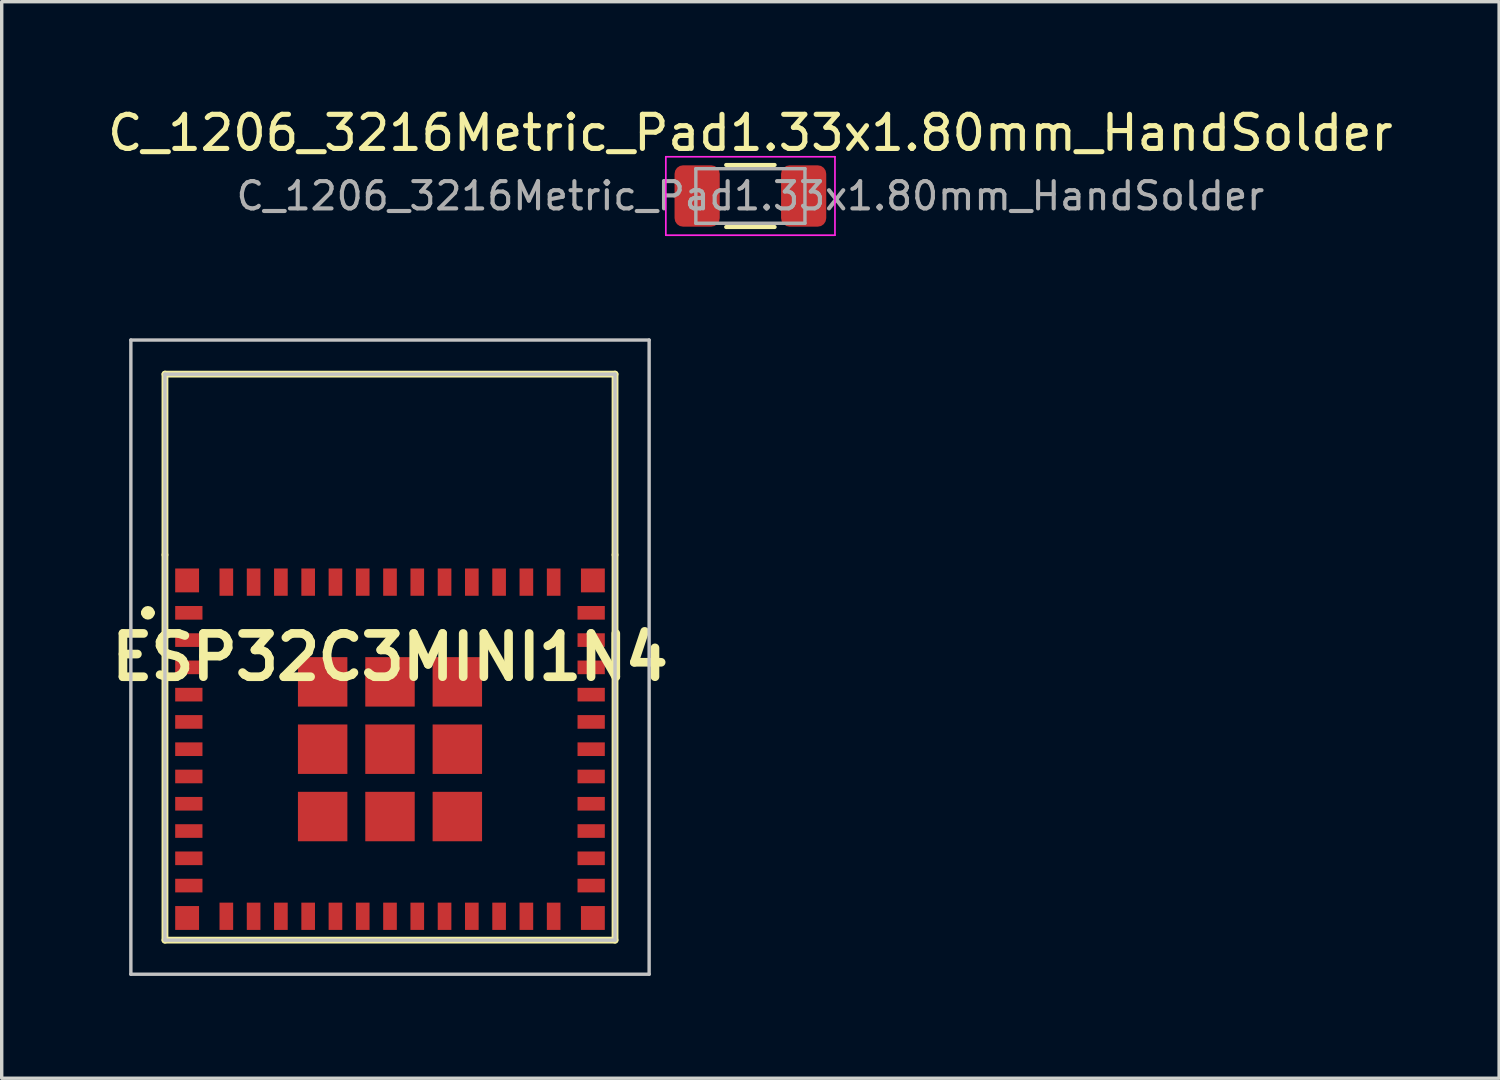
<source format=kicad_pcb>
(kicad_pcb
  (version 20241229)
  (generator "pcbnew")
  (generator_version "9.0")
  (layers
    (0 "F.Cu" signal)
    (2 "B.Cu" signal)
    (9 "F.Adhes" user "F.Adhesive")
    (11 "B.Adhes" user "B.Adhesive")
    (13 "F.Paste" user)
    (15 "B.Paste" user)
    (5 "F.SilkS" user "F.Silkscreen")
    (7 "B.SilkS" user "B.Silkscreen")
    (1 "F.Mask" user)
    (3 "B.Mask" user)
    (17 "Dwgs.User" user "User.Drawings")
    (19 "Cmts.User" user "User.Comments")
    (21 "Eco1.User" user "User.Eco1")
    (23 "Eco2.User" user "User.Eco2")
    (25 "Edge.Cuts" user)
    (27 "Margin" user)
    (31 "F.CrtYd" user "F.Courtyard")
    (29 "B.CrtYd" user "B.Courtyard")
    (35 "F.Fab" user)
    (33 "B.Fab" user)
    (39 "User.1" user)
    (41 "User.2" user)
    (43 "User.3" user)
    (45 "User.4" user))
  (footprint "ESP32C3MINI1N4"
    (layer "F.Cu")
    (at 8.388 18.923)
    (property "Reference" "ESP32C3MINI1N4" (at 0 -2.7 0) (layer "F.SilkS") (effects (font (size 1.27 1.27) (thickness 0.254))))
    (attr smd)
    (fp_line (start -7.2 -4) (end -7.2 -4) (stroke (width 0.2) (type solid)) (layer "F.SilkS"))
    (fp_line (start -7 -4) (end -7 -4) (stroke (width 0.2) (type solid)) (layer "F.SilkS"))
    (fp_line (start -6.6 -11) (end 6.6 -11) (stroke (width 0.2) (type solid)) (layer "F.SilkS"))
    (fp_line (start -6.6 -5.7) (end -6.6 -11) (stroke (width 0.2) (type solid)) (layer "F.SilkS"))
    (fp_line (start -6.6 -5.7) (end -6.6 5.6) (stroke (width 0.2) (type solid)) (layer "F.SilkS"))
    (fp_line (start -6.6 5.6) (end 6.6 5.6) (stroke (width 0.2) (type solid)) (layer "F.SilkS"))
    (fp_line (start 6.6 -11) (end 6.6 -5.7) (stroke (width 0.2) (type solid)) (layer "F.SilkS"))
    (fp_line (start 6.6 5.6) (end 6.6 -5.7) (stroke (width 0.2) (type solid)) (layer "F.SilkS"))
    (fp_arc (start -7.2 -4) (mid -7.1 -4.1) (end -7 -4) (stroke (width 0.2) (type solid)) (layer "F.SilkS"))
    (fp_arc (start -7 -4) (mid -7.1 -3.9) (end -7.2 -4) (stroke (width 0.2) (type solid)) (layer "F.SilkS"))
    (fp_line (start -7.6 -12) (end 7.6 -12) (stroke (width 0.1) (type solid)) (layer "Dwgs.User"))
    (fp_line (start -7.6 6.6) (end -7.6 -12) (stroke (width 0.1) (type solid)) (layer "Dwgs.User"))
    (fp_line (start -6.6 -11) (end 6.6 -11) (stroke (width 0.1) (type solid)) (layer "Dwgs.User"))
    (fp_line (start -6.6 5.6) (end -6.6 -11) (stroke (width 0.1) (type solid)) (layer "Dwgs.User"))
    (fp_line (start 6.6 -11) (end 6.6 5.6) (stroke (width 0.1) (type solid)) (layer "Dwgs.User"))
    (fp_line (start 6.6 5.6) (end -6.6 5.6) (stroke (width 0.1) (type solid)) (layer "Dwgs.User"))
    (fp_line (start 7.6 -12) (end 7.6 6.6) (stroke (width 0.1) (type solid)) (layer "Dwgs.User"))
    (fp_line (start 7.6 6.6) (end -7.6 6.6) (stroke (width 0.1) (type solid)) (layer "Dwgs.User"))
    (pad "1" smd rect (at -5.9 -4 90) (size 0.4 0.8) (layers "F.Cu" "F.Mask" "F.Paste"))
    (pad "2" smd rect (at -5.9 -3.2 90) (size 0.4 0.8) (layers "F.Cu" "F.Mask" "F.Paste"))
    (pad "3" smd rect (at -5.9 -2.4 90) (size 0.4 0.8) (layers "F.Cu" "F.Mask" "F.Paste"))
    (pad "4" smd rect (at -5.9 -1.6 90) (size 0.4 0.8) (layers "F.Cu" "F.Mask" "F.Paste"))
    (pad "5" smd rect (at -5.9 -0.8 90) (size 0.4 0.8) (layers "F.Cu" "F.Mask" "F.Paste"))
    (pad "6" smd rect (at -5.9 0 90) (size 0.4 0.8) (layers "F.Cu" "F.Mask" "F.Paste"))
    (pad "7" smd rect (at -5.9 0.8 90) (size 0.4 0.8) (layers "F.Cu" "F.Mask" "F.Paste"))
    (pad "8" smd rect (at -5.9 1.6 90) (size 0.4 0.8) (layers "F.Cu" "F.Mask" "F.Paste"))
    (pad "9" smd rect (at -5.9 2.4 90) (size 0.4 0.8) (layers "F.Cu" "F.Mask" "F.Paste"))
    (pad "10" smd rect (at -5.9 3.2 90) (size 0.4 0.8) (layers "F.Cu" "F.Mask" "F.Paste"))
    (pad "11" smd rect (at -5.9 4 90) (size 0.4 0.8) (layers "F.Cu" "F.Mask" "F.Paste"))
    (pad "12" smd rect (at -4.8 4.9) (size 0.4 0.8) (layers "F.Cu" "F.Mask" "F.Paste"))
    (pad "13" smd rect (at -4 4.9) (size 0.4 0.8) (layers "F.Cu" "F.Mask" "F.Paste"))
    (pad "14" smd rect (at -3.2 4.9) (size 0.4 0.8) (layers "F.Cu" "F.Mask" "F.Paste"))
    (pad "15" smd rect (at -2.4 4.9) (size 0.4 0.8) (layers "F.Cu" "F.Mask" "F.Paste"))
    (pad "16" smd rect (at -1.6 4.9) (size 0.4 0.8) (layers "F.Cu" "F.Mask" "F.Paste"))
    (pad "17" smd rect (at -0.8 4.9) (size 0.4 0.8) (layers "F.Cu" "F.Mask" "F.Paste"))
    (pad "18" smd rect (at 0 4.9) (size 0.4 0.8) (layers "F.Cu" "F.Mask" "F.Paste"))
    (pad "19" smd rect (at 0.8 4.9) (size 0.4 0.8) (layers "F.Cu" "F.Mask" "F.Paste"))
    (pad "20" smd rect (at 1.6 4.9) (size 0.4 0.8) (layers "F.Cu" "F.Mask" "F.Paste"))
    (pad "21" smd rect (at 2.4 4.9) (size 0.4 0.8) (layers "F.Cu" "F.Mask" "F.Paste"))
    (pad "22" smd rect (at 3.2 4.9) (size 0.4 0.8) (layers "F.Cu" "F.Mask" "F.Paste"))
    (pad "23" smd rect (at 4 4.9) (size 0.4 0.8) (layers "F.Cu" "F.Mask" "F.Paste"))
    (pad "24" smd rect (at 4.8 4.9) (size 0.4 0.8) (layers "F.Cu" "F.Mask" "F.Paste"))
    (pad "25" smd rect (at 5.9 4 90) (size 0.4 0.8) (layers "F.Cu" "F.Mask" "F.Paste"))
    (pad "26" smd rect (at 5.9 3.2 90) (size 0.4 0.8) (layers "F.Cu" "F.Mask" "F.Paste"))
    (pad "27" smd rect (at 5.9 2.4 90) (size 0.4 0.8) (layers "F.Cu" "F.Mask" "F.Paste"))
    (pad "28" smd rect (at 5.9 1.6 90) (size 0.4 0.8) (layers "F.Cu" "F.Mask" "F.Paste"))
    (pad "29" smd rect (at 5.9 0.8 90) (size 0.4 0.8) (layers "F.Cu" "F.Mask" "F.Paste"))
    (pad "30" smd rect (at 5.9 0 90) (size 0.4 0.8) (layers "F.Cu" "F.Mask" "F.Paste"))
    (pad "31" smd rect (at 5.9 -0.8 90) (size 0.4 0.8) (layers "F.Cu" "F.Mask" "F.Paste"))
    (pad "32" smd rect (at 5.9 -1.6 90) (size 0.4 0.8) (layers "F.Cu" "F.Mask" "F.Paste"))
    (pad "33" smd rect (at 5.9 -2.4 90) (size 0.4 0.8) (layers "F.Cu" "F.Mask" "F.Paste"))
    (pad "34" smd rect (at 5.9 -3.2 90) (size 0.4 0.8) (layers "F.Cu" "F.Mask" "F.Paste"))
    (pad "35" smd rect (at 5.9 -4 90) (size 0.4 0.8) (layers "F.Cu" "F.Mask" "F.Paste"))
    (pad "36" smd rect (at 4.8 -4.9) (size 0.4 0.8) (layers "F.Cu" "F.Mask" "F.Paste"))
    (pad "37" smd rect (at 4 -4.9) (size 0.4 0.8) (layers "F.Cu" "F.Mask" "F.Paste"))
    (pad "38" smd rect (at 3.2 -4.9) (size 0.4 0.8) (layers "F.Cu" "F.Mask" "F.Paste"))
    (pad "39" smd rect (at 2.4 -4.9) (size 0.4 0.8) (layers "F.Cu" "F.Mask" "F.Paste"))
    (pad "40" smd rect (at 1.6 -4.9) (size 0.4 0.8) (layers "F.Cu" "F.Mask" "F.Paste"))
    (pad "41" smd rect (at 0.8 -4.9) (size 0.4 0.8) (layers "F.Cu" "F.Mask" "F.Paste"))
    (pad "42" smd rect (at 0 -4.9) (size 0.4 0.8) (layers "F.Cu" "F.Mask" "F.Paste"))
    (pad "43" smd rect (at -0.8 -4.9) (size 0.4 0.8) (layers "F.Cu" "F.Mask" "F.Paste"))
    (pad "44" smd rect (at -1.6 -4.9) (size 0.4 0.8) (layers "F.Cu" "F.Mask" "F.Paste"))
    (pad "45" smd rect (at -2.4 -4.9) (size 0.4 0.8) (layers "F.Cu" "F.Mask" "F.Paste"))
    (pad "46" smd rect (at -3.2 -4.9) (size 0.4 0.8) (layers "F.Cu" "F.Mask" "F.Paste"))
    (pad "47" smd rect (at -4 -4.9) (size 0.4 0.8) (layers "F.Cu" "F.Mask" "F.Paste"))
    (pad "48" smd rect (at -4.8 -4.9) (size 0.4 0.8) (layers "F.Cu" "F.Mask" "F.Paste"))
    (pad "49" smd rect (at 0 0) (size 1.45 1.45) (layers "F.Cu" "F.Mask" "F.Paste"))
    (pad "50" smd rect (at 1.975 -1.975) (size 1.45 1.45) (layers "F.Cu" "F.Mask" "F.Paste"))
    (pad "51" smd rect (at 0 -1.975) (size 1.45 1.45) (layers "F.Cu" "F.Mask" "F.Paste"))
    (pad "52" smd rect (at -1.975 -1.975) (size 1.45 1.45) (layers "F.Cu" "F.Mask" "F.Paste"))
    (pad "53" smd rect (at -1.975 0) (size 1.45 1.45) (layers "F.Cu" "F.Mask" "F.Paste"))
    (pad "54" smd rect (at -1.975 1.975) (size 1.45 1.45) (layers "F.Cu" "F.Mask" "F.Paste"))
    (pad "55" smd rect (at 0 1.975) (size 1.45 1.45) (layers "F.Cu" "F.Mask" "F.Paste"))
    (pad "56" smd rect (at 1.975 1.975) (size 1.45 1.45) (layers "F.Cu" "F.Mask" "F.Paste"))
    (pad "57" smd rect (at 1.975 0) (size 1.45 1.45) (layers "F.Cu" "F.Mask" "F.Paste"))
    (pad "58" smd rect (at -5.95 -4.95) (size 0.7 0.7) (layers "F.Cu" "F.Mask" "F.Paste"))
    (pad "59" smd rect (at -5.95 4.95) (size 0.7 0.7) (layers "F.Cu" "F.Mask" "F.Paste"))
    (pad "60" smd rect (at 5.95 4.95) (size 0.7 0.7) (layers "F.Cu" "F.Mask" "F.Paste"))
    (pad "61" smd rect (at 5.95 -4.95) (size 0.7 0.7) (layers "F.Cu" "F.Mask" "F.Paste")))
  (footprint "C_1206_3216Metric_Pad1.33x1.80mm_HandSolder"
    (layer "F.Cu")
    (at 18.958 2.698)
    (property "Reference" "C_1206_3216Metric_Pad1.33x1.80mm_HandSolder" (at 0 -1.85 0) (layer "F.SilkS") (effects (font (size 1 1) (thickness 0.15))))
    (attr smd)
    (fp_line (start -0.711 -0.91) (end 0.711 -0.91) (stroke (width 0.12) (type solid)) (layer "F.SilkS"))
    (fp_line (start -0.711 0.91) (end 0.711 0.91) (stroke (width 0.12) (type solid)) (layer "F.SilkS"))
    (fp_line (start -2.48 -1.15) (end 2.48 -1.15) (stroke (width 0.05) (type solid)) (layer "F.CrtYd"))
    (fp_line (start -2.48 1.15) (end -2.48 -1.15) (stroke (width 0.05) (type solid)) (layer "F.CrtYd"))
    (fp_line (start 2.48 -1.15) (end 2.48 1.15) (stroke (width 0.05) (type solid)) (layer "F.CrtYd"))
    (fp_line (start 2.48 1.15) (end -2.48 1.15) (stroke (width 0.05) (type solid)) (layer "F.CrtYd"))
    (fp_line (start -1.6 -0.8) (end 1.6 -0.8) (stroke (width 0.1) (type solid)) (layer "F.Fab"))
    (fp_line (start -1.6 0.8) (end -1.6 -0.8) (stroke (width 0.1) (type solid)) (layer "F.Fab"))
    (fp_line (start 1.6 -0.8) (end 1.6 0.8) (stroke (width 0.1) (type solid)) (layer "F.Fab"))
    (fp_line (start 1.6 0.8) (end -1.6 0.8) (stroke (width 0.1) (type solid)) (layer "F.Fab"))
    (fp_text user "${REFERENCE}" (at 0 0 0) (layer "F.Fab") (effects (font (size 0.8 0.8) (thickness 0.12))))
    (pad "1" smd roundrect (at -1.562 0) (size 1.325 1.8) (layers "F.Cu" "F.Mask" "F.Paste") (roundrect_rratio 0.189))
    (pad "2" smd roundrect (at 1.562 0) (size 1.325 1.8) (layers "F.Cu" "F.Mask" "F.Paste") (roundrect_rratio 0.189)))
  (gr_rect
    (start -3 -3)
    (end 40.917 28.573)
    (stroke (width 0.1) (type default))
    (fill no)
    (layer "Edge.Cuts")))
</source>
